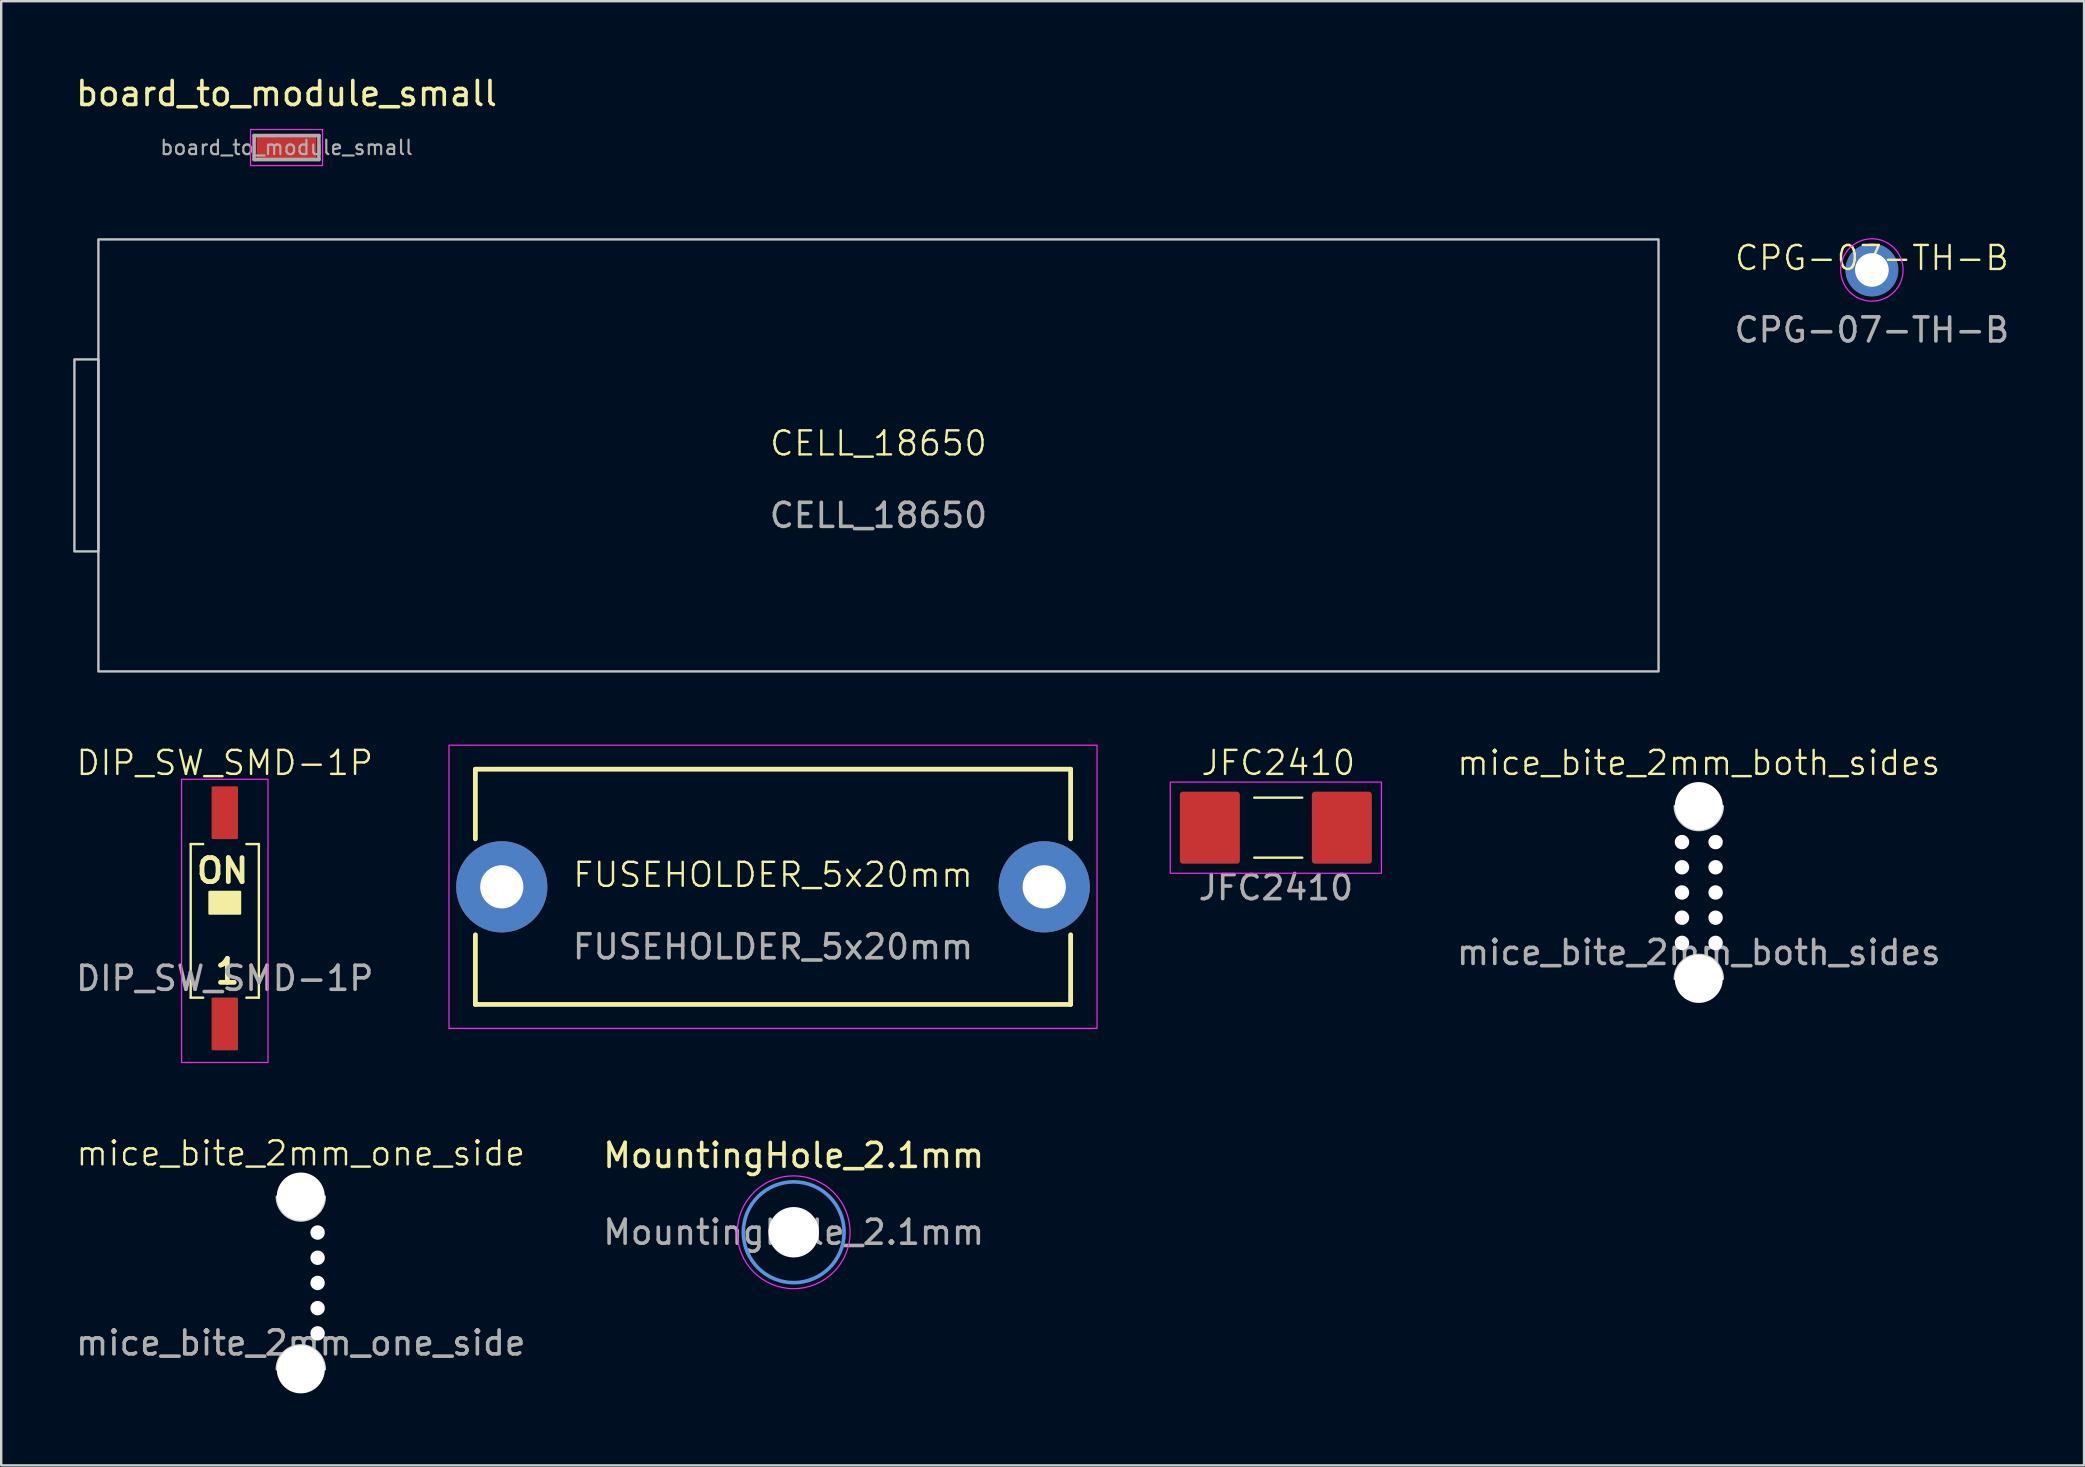
<source format=kicad_pcb>
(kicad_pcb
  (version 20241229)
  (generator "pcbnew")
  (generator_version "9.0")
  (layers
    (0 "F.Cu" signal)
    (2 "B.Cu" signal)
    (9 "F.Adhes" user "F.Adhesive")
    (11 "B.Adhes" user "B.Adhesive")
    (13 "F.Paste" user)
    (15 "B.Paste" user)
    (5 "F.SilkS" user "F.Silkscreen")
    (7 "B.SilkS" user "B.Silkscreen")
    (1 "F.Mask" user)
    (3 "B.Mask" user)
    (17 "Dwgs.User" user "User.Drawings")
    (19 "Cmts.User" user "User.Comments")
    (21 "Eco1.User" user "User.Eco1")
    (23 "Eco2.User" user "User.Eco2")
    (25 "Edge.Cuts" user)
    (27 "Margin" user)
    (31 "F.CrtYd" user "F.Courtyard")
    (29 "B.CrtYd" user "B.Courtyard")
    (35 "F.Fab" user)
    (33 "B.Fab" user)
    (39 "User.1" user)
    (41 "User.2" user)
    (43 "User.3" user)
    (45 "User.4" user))
  (footprint "JFC2410"
    (layer "F.Cu")
    (at 50.106 31.434)
    (property "Reference" "JFC2410" (at 0.1 -2.7 0) (unlocked yes) (layer "F.SilkS") (effects (font (size 1 1) (thickness 0.1))))
    (attr smd)
    (fp_line (start -0.9 -1.25) (end 1.1 -1.25) (stroke (width 0.1) (type default)) (layer "F.SilkS"))
    (fp_line (start -0.9 1.25) (end 1.1 1.25) (stroke (width 0.1) (type default)) (layer "F.SilkS"))
    (fp_rect (start -4.4 -1.9) (end 4.4 1.9) (stroke (width 0.05) (type default)) (fill no) (layer "F.CrtYd"))
    (fp_text user "${REFERENCE}" (at 0 2.5 0) (unlocked yes) (layer "F.Fab") (effects (font (size 1 1) (thickness 0.15))))
    (pad "1" smd roundrect (at -2.75 0) (size 2.5 3) (layers "F.Cu" "F.Mask" "F.Paste") (roundrect_rratio 0.05))
    (pad "2" smd roundrect (at 2.75 0) (size 2.5 3) (layers "F.Cu" "F.Mask" "F.Paste") (roundrect_rratio 0.05)))
  (footprint "FUSEHOLDER_5x20mm"
    (layer "F.Cu")
    (at 29.156 33.898)
    (property "Reference" "FUSEHOLDER_5x20mm" (at 0 -0.5 0) (unlocked yes) (layer "F.SilkS") (effects (font (size 1 1) (thickness 0.1))))
    (attr through_hole)
    (fp_line (start -12.4 -4.9) (end -12.4 -2) (stroke (width 0.2) (type default)) (layer "F.SilkS"))
    (fp_line (start -12.4 4.9) (end -12.4 2) (stroke (width 0.2) (type default)) (layer "F.SilkS"))
    (fp_line (start -12.4 4.9) (end 12.4 4.9) (stroke (width 0.2) (type default)) (layer "F.SilkS"))
    (fp_line (start 12.4 -4.9) (end -12.4 -4.9) (stroke (width 0.2) (type default)) (layer "F.SilkS"))
    (fp_line (start 12.4 -4.9) (end 12.4 -2) (stroke (width 0.2) (type default)) (layer "F.SilkS"))
    (fp_line (start 12.4 4.9) (end 12.4 2) (stroke (width 0.2) (type default)) (layer "F.SilkS"))
    (fp_rect (start -13.5 -5.9) (end 13.5 5.9) (stroke (width 0.05) (type default)) (fill no) (layer "F.CrtYd"))
    (fp_text user "${REFERENCE}" (at 0 2.5 0) (unlocked yes) (layer "F.Fab") (effects (font (size 1 1) (thickness 0.15))))
    (pad "1" thru_hole circle (at 11.3 0) (size 3.8 3.8) (drill 1.8) (layers "*.Cu" "*.Mask"))
    (pad "2" thru_hole circle (at -11.3 0) (size 3.8 3.8) (drill 1.8) (layers "*.Cu" "*.Mask")))
  (footprint "MountingHole_2.1mm"
    (layer "F.Cu")
    (at 30.018 48.29)
    (property "Reference" "MountingHole_2.1mm" (at 0 -3.2 0) (layer "F.SilkS") (effects (font (size 1 1) (thickness 0.15))))
    (attr exclude_from_pos_files)
    (fp_circle (center 0 0) (end 2.1 0) (stroke (width 0.15) (type solid)) (fill no) (layer "Cmts.User"))
    (fp_circle (center 0 0) (end 2.35 0) (stroke (width 0.05) (type solid)) (fill no) (layer "F.CrtYd"))
    (fp_text user "${REFERENCE}" (at 0 0 0) (layer "F.Fab") (effects (font (size 1 1) (thickness 0.15))))
    (pad "" np_thru_hole circle (at 0 0) (size 2.1 2.1) (drill 2.1) (layers "*.Cu" "*.Mask")))
  (footprint "mice_bite_2mm_one_side"
    (layer "F.Cu")
    (at 9.482 50.402)
    (property "Reference" "mice_bite_2mm_one_side" (at 0 -5.4 0) (unlocked yes) (layer "F.SilkS") (effects (font (size 1 1) (thickness 0.1))))
    (attr smd)
    (fp_arc (start -1 3.6) (mid 0 2.6) (end 1 3.6) (stroke (width 0.1) (type default)) (layer "Edge.Cuts"))
    (fp_arc (start 1 -3.6) (mid 0 -2.6) (end -1 -3.6) (stroke (width 0.1) (type default)) (layer "Edge.Cuts"))
    (fp_text user "${REFERENCE}" (at 0 2.5 0) (unlocked yes) (layer "F.Fab") (effects (font (size 1 1) (thickness 0.15))))
    (pad "" np_thru_hole circle (at 0 -3.6) (size 2 2) (drill 2) (layers "*.Cu" "*.Mask"))
    (pad "" np_thru_hole circle (at 0 3.6) (size 2 2) (drill 2) (layers "*.Cu" "*.Mask"))
    (pad "" np_thru_hole circle (at 0.7 -2.1) (size 0.6 0.6) (drill 0.6) (layers "*.Cu" "*.Mask"))
    (pad "" np_thru_hole circle (at 0.7 -1.05) (size 0.6 0.6) (drill 0.6) (layers "*.Cu" "*.Mask"))
    (pad "" np_thru_hole circle (at 0.7 0) (size 0.6 0.6) (drill 0.6) (layers "*.Cu" "*.Mask"))
    (pad "" np_thru_hole circle (at 0.7 1.05) (size 0.6 0.6) (drill 0.6) (layers "*.Cu" "*.Mask"))
    (pad "" np_thru_hole circle (at 0.7 2.1) (size 0.6 0.6) (drill 0.6) (layers "*.Cu" "*.Mask"))
    (zone (net_name "") (layers "F.Cu" "B.Cu") (name "exclusion") (hatch edge 0.5) (connect_pads) (min_thickness 0.25) (filled_areas_thickness no) (keepout (tracks allowed) (vias allowed) (pads allowed) (copperpour not_allowed) (footprints allowed)) (placement (enabled no)) (fill) (polygon (pts (xy 8.482 46.802) (xy 8.482 54.002) (xy 10.482 54.002) (xy 10.482 46.802)))))
  (footprint "DIP_SW_SMD-1P"
    (layer "F.Cu")
    (at 6.315 35.211)
    (property "Reference" "DIP_SW_SMD-1P" (at 0 -6.477 0) (unlocked yes) (layer "F.SilkS") (effects (font (size 1 1) (thickness 0.1))))
    (attr smd)
    (fp_line (start -1.42 -3.094) (end -0.9 -3.094) (stroke (width 0.1) (type default)) (layer "F.SilkS"))
    (fp_line (start -1.42 3.306) (end -1.42 -3.094) (stroke (width 0.1) (type default)) (layer "F.SilkS"))
    (fp_line (start -1.42 3.306) (end -0.9 3.306) (stroke (width 0.1) (type default)) (layer "F.SilkS"))
    (fp_line (start 1.42 -3.094) (end 0.9 -3.094) (stroke (width 0.1) (type default)) (layer "F.SilkS"))
    (fp_line (start 1.42 -3.094) (end 1.42 3.306) (stroke (width 0.1) (type default)) (layer "F.SilkS"))
    (fp_line (start 1.42 3.306) (end 0.9 3.306) (stroke (width 0.1) (type default)) (layer "F.SilkS"))
    (fp_rect (start -0.635 -0.2) (end 0.635 -1.1) (stroke (width 0.1) (type solid)) (fill yes) (layer "F.SilkS"))
    (fp_rect (start -1.8 -5.794) (end 1.8 6.006) (stroke (width 0.05) (type default)) (fill no) (layer "F.CrtYd"))
    (fp_text user "ON" (at -1.27 -1.397 0) (unlocked yes) (layer "F.SilkS") (effects (font (size 1 1) (thickness 0.2)) (justify left bottom)))
    (fp_text user "1" (at -0.5 2.8 0) (unlocked yes) (layer "F.SilkS") (effects (font (size 1 1) (thickness 0.2)) (justify left bottom)))
    (fp_text user "${REFERENCE}" (at 0 2.5 0) (unlocked yes) (layer "F.Fab") (effects (font (size 1 1) (thickness 0.15))))
    (pad "1" smd roundrect (at 0 4.4) (size 1.1 2.2) (layers "F.Cu" "F.Mask" "F.Paste") (roundrect_rratio 0.05))
    (pad "2" smd roundrect (at 0 -4.4) (size 1.1 2.2) (layers "F.Cu" "F.Mask" "F.Paste") (roundrect_rratio 0.05)))
  (footprint "CPG-07-TH-B"
    (layer "F.Cu")
    (at 74.939 8.198)
    (property "Reference" "CPG-07-TH-B" (at 0 -0.5 0) (unlocked yes) (layer "F.SilkS") (effects (font (size 1 1) (thickness 0.1))))
    (attr through_hole)
    (fp_circle (center 0 0) (end 1.3 0) (stroke (width 0.05) (type default)) (fill no) (layer "F.CrtYd"))
    (fp_text user "${REFERENCE}" (at 0 2.5 0) (unlocked yes) (layer "F.Fab") (effects (font (size 1 1) (thickness 0.15))))
    (pad "1" thru_hole circle (at 0 0) (size 2.2 2.2) (drill 1.4) (layers "*.Cu" "*.Mask")))
  (footprint "mice_bite_2mm_both_sides"
    (layer "F.Cu")
    (at 67.727 34.134)
    (property "Reference" "mice_bite_2mm_both_sides" (at 0 -5.4 0) (unlocked yes) (layer "F.SilkS") (effects (font (size 1 1) (thickness 0.1))))
    (attr smd)
    (fp_arc (start -1 3.6) (mid 0 2.6) (end 1 3.6) (stroke (width 0.1) (type default)) (layer "Edge.Cuts"))
    (fp_arc (start 1 -3.6) (mid 0 -2.6) (end -1 -3.6) (stroke (width 0.1) (type default)) (layer "Edge.Cuts"))
    (fp_text user "${REFERENCE}" (at 0 2.5 0) (unlocked yes) (layer "F.Fab") (effects (font (size 1 1) (thickness 0.15))))
    (pad "" np_thru_hole circle (at -0.7 -2.1 180) (size 0.6 0.6) (drill 0.6) (layers "*.Cu" "*.Mask"))
    (pad "" np_thru_hole circle (at -0.7 -1.05 180) (size 0.6 0.6) (drill 0.6) (layers "*.Cu" "*.Mask"))
    (pad "" np_thru_hole circle (at -0.7 0 180) (size 0.6 0.6) (drill 0.6) (layers "*.Cu" "*.Mask"))
    (pad "" np_thru_hole circle (at -0.7 1.05 180) (size 0.6 0.6) (drill 0.6) (layers "*.Cu" "*.Mask"))
    (pad "" np_thru_hole circle (at -0.7 2.1 180) (size 0.6 0.6) (drill 0.6) (layers "*.Cu" "*.Mask"))
    (pad "" np_thru_hole circle (at 0 -3.6) (size 2 2) (drill 2) (layers "*.Cu" "*.Mask"))
    (pad "" np_thru_hole circle (at 0 3.6) (size 2 2) (drill 2) (layers "*.Cu" "*.Mask"))
    (pad "" np_thru_hole circle (at 0.7 -2.1) (size 0.6 0.6) (drill 0.6) (layers "*.Cu" "*.Mask"))
    (pad "" np_thru_hole circle (at 0.7 -1.05) (size 0.6 0.6) (drill 0.6) (layers "*.Cu" "*.Mask"))
    (pad "" np_thru_hole circle (at 0.7 0) (size 0.6 0.6) (drill 0.6) (layers "*.Cu" "*.Mask"))
    (pad "" np_thru_hole circle (at 0.7 1.05) (size 0.6 0.6) (drill 0.6) (layers "*.Cu" "*.Mask"))
    (pad "" np_thru_hole circle (at 0.7 2.1) (size 0.6 0.6) (drill 0.6) (layers "*.Cu" "*.Mask"))
    (zone (net_name "") (layers "F.Cu" "B.Cu") (name "exclusion") (hatch edge 0.5) (connect_pads) (min_thickness 0.25) (filled_areas_thickness no) (keepout (tracks allowed) (vias allowed) (pads allowed) (copperpour not_allowed) (footprints allowed)) (placement (enabled no)) (fill) (polygon (pts (xy 66.727 30.534) (xy 66.727 37.734) (xy 68.727 37.734) (xy 68.727 30.534)))))
  (footprint "board_to_module_small"
    (layer "F.Cu")
    (at 8.887 3.098)
    (property "Reference" "board_to_module_small" (at 0 -2.25 0) (layer "F.SilkS") (effects (font (size 1 1) (thickness 0.15))))
    (attr smd)
    (fp_line (start -1.5 -0.75) (end 1.5 -0.75) (stroke (width 0.05) (type solid)) (layer "F.CrtYd"))
    (fp_line (start -1.5 0.75) (end -1.5 -0.75) (stroke (width 0.05) (type solid)) (layer "F.CrtYd"))
    (fp_line (start 1.5 -0.75) (end 1.5 0.75) (stroke (width 0.05) (type solid)) (layer "F.CrtYd"))
    (fp_line (start 1.5 0.75) (end -1.5 0.75) (stroke (width 0.05) (type solid)) (layer "F.CrtYd"))
    (fp_line (start -1.35 0.5) (end -1.35 -0.5) (stroke (width 0.15) (type solid)) (layer "F.Fab"))
    (fp_line (start -1.35 0.5) (end 1.35 0.5) (stroke (width 0.15) (type solid)) (layer "F.Fab"))
    (fp_line (start 1.35 -0.5) (end -1.35 -0.5) (stroke (width 0.15) (type solid)) (layer "F.Fab"))
    (fp_line (start 1.35 -0.5) (end 1.35 0.5) (stroke (width 0.15) (type solid)) (layer "F.Fab"))
    (fp_text user "${REFERENCE}" (at 0 0 0) (layer "F.Fab") (effects (font (size 0.6 0.6) (thickness 0.09))))
    (pad "1" smd rect (at 0 0) (size 2.5 1) (layers "F.Cu" "F.Mask")))
  (footprint "CELL_18650"
    (layer "F.Cu")
    (at 33.55 15.923)
    (property "Reference" "CELL_18650" (at 0 -0.5 0) (unlocked yes) (layer "F.SilkS") (effects (font (size 1 1) (thickness 0.1))))
    (attr exclude_from_pos_files exclude_from_bom allow_missing_courtyard)
    (fp_rect (start -33.5 -4) (end -32.5 4) (stroke (width 0.1) (type solid)) (fill no) (layer "Dwgs.User"))
    (fp_rect (start -32.5 -9) (end 32.5 9) (stroke (width 0.1) (type solid)) (fill no) (layer "Dwgs.User"))
    (fp_text user "${REFERENCE}" (at 0 2.5 0) (unlocked yes) (layer "F.Fab") (effects (font (size 1 1) (thickness 0.15)))))
  (gr_rect
    (start -3 -3)
    (end 83.779 58.002)
    (stroke (width 0.1) (type default))
    (fill no)
    (layer "Edge.Cuts")))
</source>
